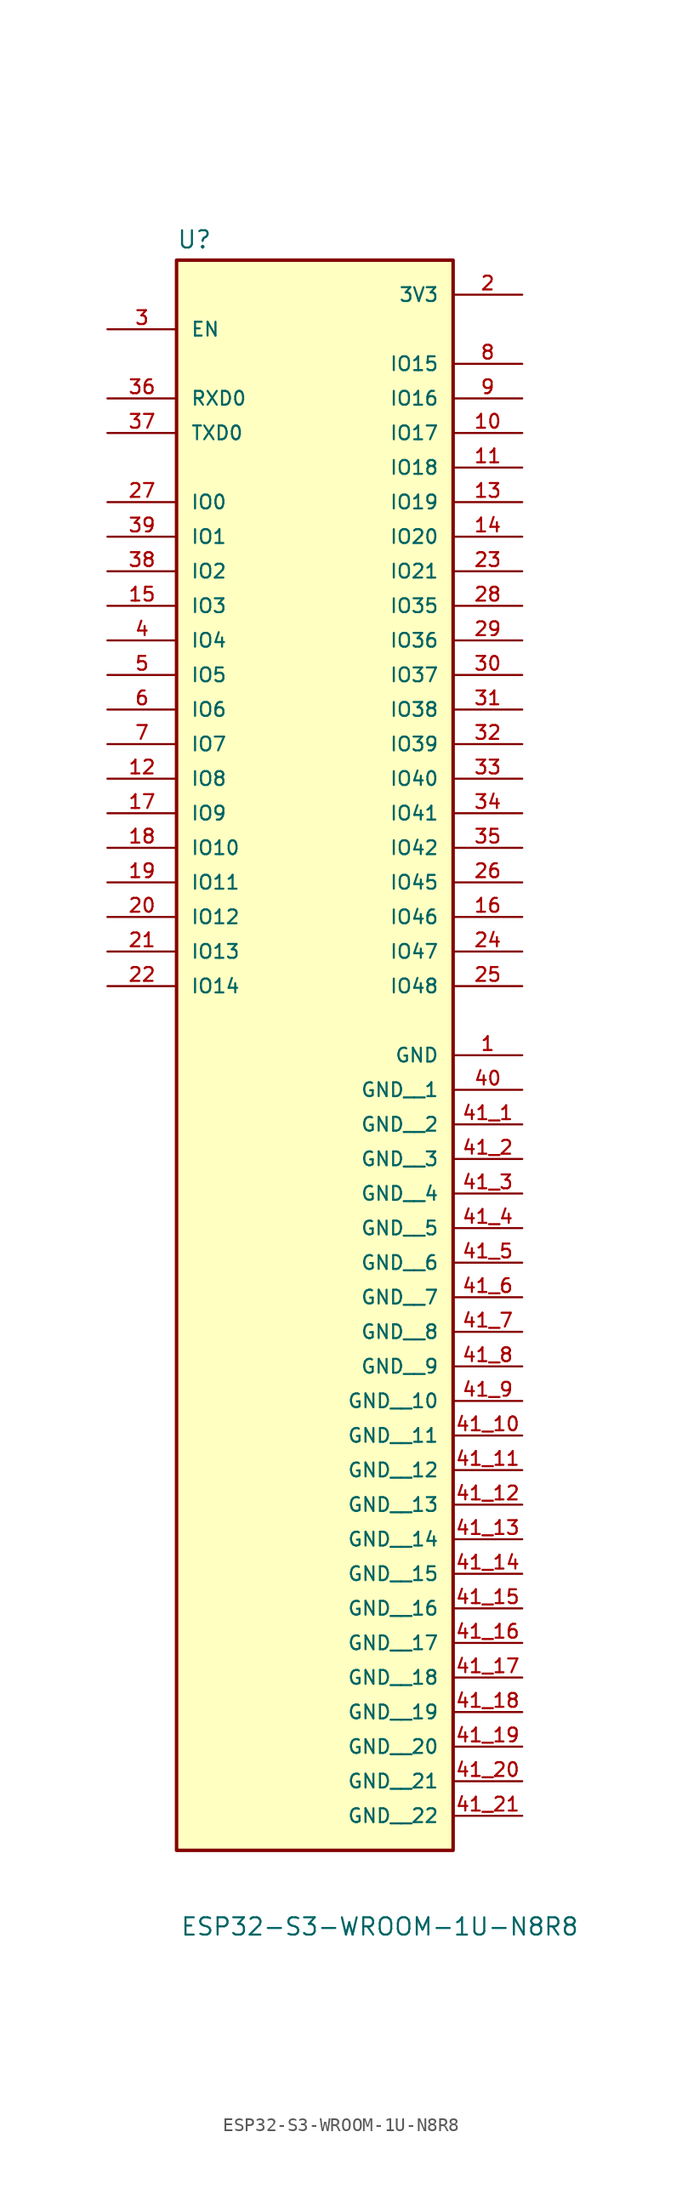
<source format=kicad_sym>
(kicad_symbol_lib
  (version 20241209)
  (generator "kicad_symbol_editor")
  (generator_version "9.0")
  (symbol "ESP32-S3-WROOM-1U-N8R8"
    (pin_names
      (offset 1.016))
    (property "Reference" "U"
      (at -10.16 31.242 0)
      (effects (font (size 1.27 1.27)) (justify left bottom)))
    (property "Value" "ESP32-S3-WROOM-1U-N8R8"
      (at -9.906 -92.71 0)
      (effects (font (size 1.27 1.27)) (justify left bottom)))
    (symbol "ESP32-S3-WROOM-1U-N8R8_0_0"
      (rectangle (start -10.16 30.48) (end 10.16 -86.36) (stroke (width 0.254) (type default)) (fill (type background)))
      (pin input line (at -15.24 25.4 0) (length 5.08) (name "EN" (effects (font (size 1.016 1.016)))) (number "3" (effects (font (size 1.016 1.016)))))
      (pin bidirectional line (at -15.24 20.32 0) (length 5.08) (name "RXD0" (effects (font (size 1.016 1.016)))) (number "36" (effects (font (size 1.016 1.016)))))
      (pin bidirectional line (at -15.24 17.78 0) (length 5.08) (name "TXD0" (effects (font (size 1.016 1.016)))) (number "37" (effects (font (size 1.016 1.016)))))
      (pin bidirectional line (at -15.24 12.7 0) (length 5.08) (name "IO0" (effects (font (size 1.016 1.016)))) (number "27" (effects (font (size 1.016 1.016)))))
      (pin bidirectional line (at -15.24 10.16 0) (length 5.08) (name "IO1" (effects (font (size 1.016 1.016)))) (number "39" (effects (font (size 1.016 1.016)))))
      (pin bidirectional line (at -15.24 7.62 0) (length 5.08) (name "IO2" (effects (font (size 1.016 1.016)))) (number "38" (effects (font (size 1.016 1.016)))))
      (pin bidirectional line (at -15.24 5.08 0) (length 5.08) (name "IO3" (effects (font (size 1.016 1.016)))) (number "15" (effects (font (size 1.016 1.016)))))
      (pin bidirectional line (at -15.24 2.54 0) (length 5.08) (name "IO4" (effects (font (size 1.016 1.016)))) (number "4" (effects (font (size 1.016 1.016)))))
      (pin bidirectional line (at -15.24 0 0) (length 5.08) (name "IO5" (effects (font (size 1.016 1.016)))) (number "5" (effects (font (size 1.016 1.016)))))
      (pin bidirectional line (at -15.24 -2.54 0) (length 5.08) (name "IO6" (effects (font (size 1.016 1.016)))) (number "6" (effects (font (size 1.016 1.016)))))
      (pin bidirectional line (at -15.24 -5.08 0) (length 5.08) (name "IO7" (effects (font (size 1.016 1.016)))) (number "7" (effects (font (size 1.016 1.016)))))
      (pin bidirectional line (at -15.24 -7.62 0) (length 5.08) (name "IO8" (effects (font (size 1.016 1.016)))) (number "12" (effects (font (size 1.016 1.016)))))
      (pin bidirectional line (at -15.24 -10.16 0) (length 5.08) (name "IO9" (effects (font (size 1.016 1.016)))) (number "17" (effects (font (size 1.016 1.016)))))
      (pin bidirectional line (at -15.24 -12.7 0) (length 5.08) (name "IO10" (effects (font (size 1.016 1.016)))) (number "18" (effects (font (size 1.016 1.016)))))
      (pin bidirectional line (at -15.24 -15.24 0) (length 5.08) (name "IO11" (effects (font (size 1.016 1.016)))) (number "19" (effects (font (size 1.016 1.016)))))
      (pin bidirectional line (at -15.24 -17.78 0) (length 5.08) (name "IO12" (effects (font (size 1.016 1.016)))) (number "20" (effects (font (size 1.016 1.016)))))
      (pin bidirectional line (at -15.24 -20.32 0) (length 5.08) (name "IO13" (effects (font (size 1.016 1.016)))) (number "21" (effects (font (size 1.016 1.016)))))
      (pin bidirectional line (at -15.24 -22.86 0) (length 5.08) (name "IO14" (effects (font (size 1.016 1.016)))) (number "22" (effects (font (size 1.016 1.016)))))
      (pin power_in line (at 15.24 27.94 180) (length 5.08) (name "3V3" (effects (font (size 1.016 1.016)))) (number "2" (effects (font (size 1.016 1.016)))))
      (pin bidirectional line (at 15.24 22.86 180) (length 5.08) (name "IO15" (effects (font (size 1.016 1.016)))) (number "8" (effects (font (size 1.016 1.016)))))
      (pin bidirectional line (at 15.24 20.32 180) (length 5.08) (name "IO16" (effects (font (size 1.016 1.016)))) (number "9" (effects (font (size 1.016 1.016)))))
      (pin bidirectional line (at 15.24 17.78 180) (length 5.08) (name "IO17" (effects (font (size 1.016 1.016)))) (number "10" (effects (font (size 1.016 1.016)))))
      (pin bidirectional line (at 15.24 15.24 180) (length 5.08) (name "IO18" (effects (font (size 1.016 1.016)))) (number "11" (effects (font (size 1.016 1.016)))))
      (pin bidirectional line (at 15.24 12.7 180) (length 5.08) (name "IO19" (effects (font (size 1.016 1.016)))) (number "13" (effects (font (size 1.016 1.016)))))
      (pin bidirectional line (at 15.24 10.16 180) (length 5.08) (name "IO20" (effects (font (size 1.016 1.016)))) (number "14" (effects (font (size 1.016 1.016)))))
      (pin bidirectional line (at 15.24 7.62 180) (length 5.08) (name "IO21" (effects (font (size 1.016 1.016)))) (number "23" (effects (font (size 1.016 1.016)))))
      (pin bidirectional line (at 15.24 5.08 180) (length 5.08) (name "IO35" (effects (font (size 1.016 1.016)))) (number "28" (effects (font (size 1.016 1.016)))))
      (pin bidirectional line (at 15.24 2.54 180) (length 5.08) (name "IO36" (effects (font (size 1.016 1.016)))) (number "29" (effects (font (size 1.016 1.016)))))
      (pin bidirectional line (at 15.24 0 180) (length 5.08) (name "IO37" (effects (font (size 1.016 1.016)))) (number "30" (effects (font (size 1.016 1.016)))))
      (pin bidirectional line (at 15.24 -2.54 180) (length 5.08) (name "IO38" (effects (font (size 1.016 1.016)))) (number "31" (effects (font (size 1.016 1.016)))))
      (pin bidirectional line (at 15.24 -5.08 180) (length 5.08) (name "IO39" (effects (font (size 1.016 1.016)))) (number "32" (effects (font (size 1.016 1.016)))))
      (pin bidirectional line (at 15.24 -7.62 180) (length 5.08) (name "IO40" (effects (font (size 1.016 1.016)))) (number "33" (effects (font (size 1.016 1.016)))))
      (pin bidirectional line (at 15.24 -10.16 180) (length 5.08) (name "IO41" (effects (font (size 1.016 1.016)))) (number "34" (effects (font (size 1.016 1.016)))))
      (pin bidirectional line (at 15.24 -12.7 180) (length 5.08) (name "IO42" (effects (font (size 1.016 1.016)))) (number "35" (effects (font (size 1.016 1.016)))))
      (pin bidirectional line (at 15.24 -15.24 180) (length 5.08) (name "IO45" (effects (font (size 1.016 1.016)))) (number "26" (effects (font (size 1.016 1.016)))))
      (pin bidirectional line (at 15.24 -17.78 180) (length 5.08) (name "IO46" (effects (font (size 1.016 1.016)))) (number "16" (effects (font (size 1.016 1.016)))))
      (pin bidirectional line (at 15.24 -20.32 180) (length 5.08) (name "IO47" (effects (font (size 1.016 1.016)))) (number "24" (effects (font (size 1.016 1.016)))))
      (pin bidirectional line (at 15.24 -22.86 180) (length 5.08) (name "IO48" (effects (font (size 1.016 1.016)))) (number "25" (effects (font (size 1.016 1.016)))))
      (pin power_in line (at 15.24 -27.94 180) (length 5.08) (name "GND" (effects (font (size 1.016 1.016)))) (number "1" (effects (font (size 1.016 1.016)))))
      (pin power_in line (at 15.24 -30.48 180) (length 5.08) (name "GND__1" (effects (font (size 1.016 1.016)))) (number "40" (effects (font (size 1.016 1.016)))))
      (pin power_in line (at 15.24 -33.02 180) (length 5.08) (name "GND__2" (effects (font (size 1.016 1.016)))) (number "41_1" (effects (font (size 1.016 1.016)))))
      (pin power_in line (at 15.24 -35.56 180) (length 5.08) (name "GND__3" (effects (font (size 1.016 1.016)))) (number "41_2" (effects (font (size 1.016 1.016)))))
      (pin power_in line (at 15.24 -38.1 180) (length 5.08) (name "GND__4" (effects (font (size 1.016 1.016)))) (number "41_3" (effects (font (size 1.016 1.016)))))
      (pin power_in line (at 15.24 -40.64 180) (length 5.08) (name "GND__5" (effects (font (size 1.016 1.016)))) (number "41_4" (effects (font (size 1.016 1.016)))))
      (pin power_in line (at 15.24 -43.18 180) (length 5.08) (name "GND__6" (effects (font (size 1.016 1.016)))) (number "41_5" (effects (font (size 1.016 1.016)))))
      (pin power_in line (at 15.24 -45.72 180) (length 5.08) (name "GND__7" (effects (font (size 1.016 1.016)))) (number "41_6" (effects (font (size 1.016 1.016)))))
      (pin power_in line (at 15.24 -48.26 180) (length 5.08) (name "GND__8" (effects (font (size 1.016 1.016)))) (number "41_7" (effects (font (size 1.016 1.016)))))
      (pin power_in line (at 15.24 -50.8 180) (length 5.08) (name "GND__9" (effects (font (size 1.016 1.016)))) (number "41_8" (effects (font (size 1.016 1.016)))))
      (pin power_in line (at 15.24 -53.34 180) (length 5.08) (name "GND__10" (effects (font (size 1.016 1.016)))) (number "41_9" (effects (font (size 1.016 1.016))))))
    (symbol "ESP32-S3-WROOM-1U-N8R8_1_0"
      (pin power_in line (at 15.24 -55.88 180) (length 5.08) (name "GND__11" (effects (font (size 1.016 1.016)))) (number "41_10" (effects (font (size 1.016 1.016)))))
      (pin power_in line (at 15.24 -58.42 180) (length 5.08) (name "GND__12" (effects (font (size 1.016 1.016)))) (number "41_11" (effects (font (size 1.016 1.016)))))
      (pin power_in line (at 15.24 -60.96 180) (length 5.08) (name "GND__13" (effects (font (size 1.016 1.016)))) (number "41_12" (effects (font (size 1.016 1.016)))))
      (pin power_in line (at 15.24 -63.5 180) (length 5.08) (name "GND__14" (effects (font (size 1.016 1.016)))) (number "41_13" (effects (font (size 1.016 1.016)))))
      (pin power_in line (at 15.24 -66.04 180) (length 5.08) (name "GND__15" (effects (font (size 1.016 1.016)))) (number "41_14" (effects (font (size 1.016 1.016)))))
      (pin power_in line (at 15.24 -68.58 180) (length 5.08) (name "GND__16" (effects (font (size 1.016 1.016)))) (number "41_15" (effects (font (size 1.016 1.016)))))
      (pin power_in line (at 15.24 -71.12 180) (length 5.08) (name "GND__17" (effects (font (size 1.016 1.016)))) (number "41_16" (effects (font (size 1.016 1.016)))))
      (pin power_in line (at 15.24 -73.66 180) (length 5.08) (name "GND__18" (effects (font (size 1.016 1.016)))) (number "41_17" (effects (font (size 1.016 1.016)))))
      (pin power_in line (at 15.24 -76.2 180) (length 5.08) (name "GND__19" (effects (font (size 1.016 1.016)))) (number "41_18" (effects (font (size 1.016 1.016)))))
      (pin power_in line (at 15.24 -78.74 180) (length 5.08) (name "GND__20" (effects (font (size 1.016 1.016)))) (number "41_19" (effects (font (size 1.016 1.016)))))
      (pin power_in line (at 15.24 -81.28 180) (length 5.08) (name "GND__21" (effects (font (size 1.016 1.016)))) (number "41_20" (effects (font (size 1.016 1.016)))))
      (pin power_in line (at 15.24 -83.82 180) (length 5.08) (name "GND__22" (effects (font (size 1.016 1.016)))) (number "41_21" (effects (font (size 1.016 1.016))))))))
</source>
